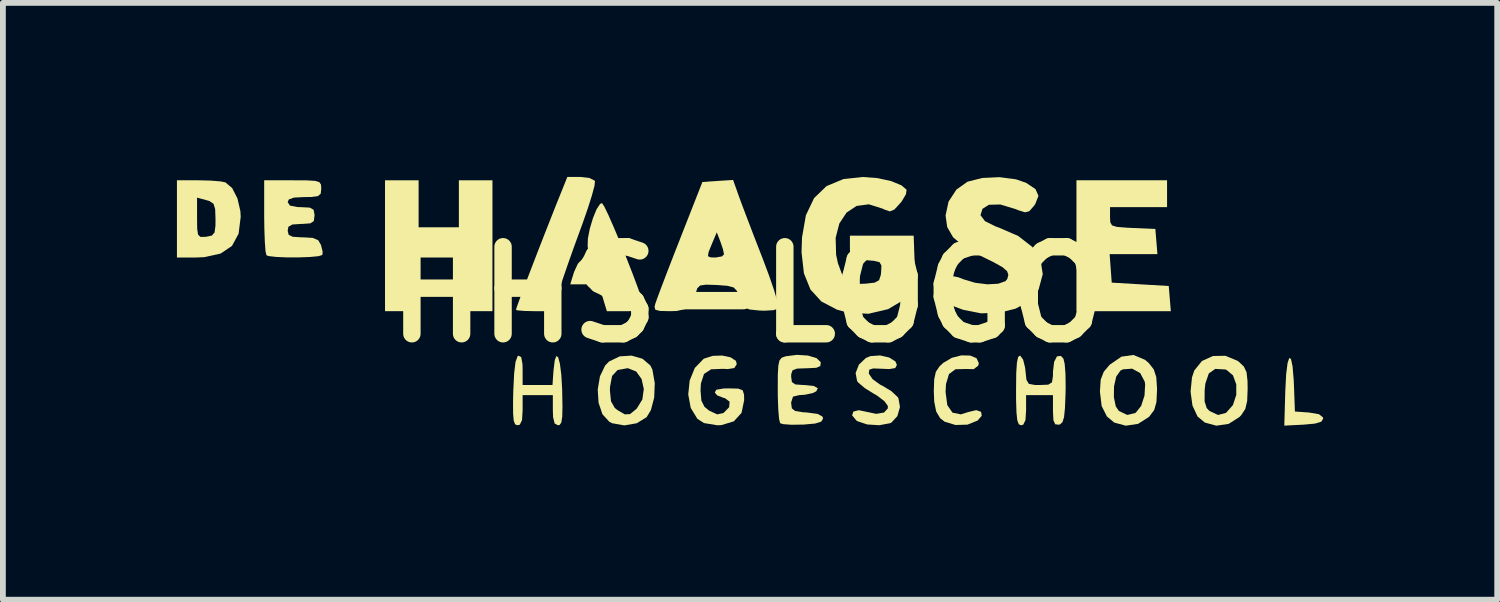
<source format=kicad_pcb>
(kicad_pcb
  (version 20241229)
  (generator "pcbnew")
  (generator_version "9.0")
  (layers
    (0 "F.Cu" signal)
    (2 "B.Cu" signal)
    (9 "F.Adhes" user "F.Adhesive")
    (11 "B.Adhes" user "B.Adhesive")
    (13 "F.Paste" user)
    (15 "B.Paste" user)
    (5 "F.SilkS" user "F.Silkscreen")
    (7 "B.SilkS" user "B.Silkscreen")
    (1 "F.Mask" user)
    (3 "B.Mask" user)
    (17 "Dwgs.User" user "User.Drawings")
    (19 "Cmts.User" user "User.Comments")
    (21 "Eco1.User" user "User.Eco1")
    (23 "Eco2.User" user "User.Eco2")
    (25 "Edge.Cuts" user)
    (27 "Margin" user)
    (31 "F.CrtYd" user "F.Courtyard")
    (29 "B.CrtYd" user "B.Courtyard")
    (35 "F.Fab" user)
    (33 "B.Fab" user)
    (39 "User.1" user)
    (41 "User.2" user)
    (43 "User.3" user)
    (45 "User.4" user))
  (footprint "HHS-LOGO"
    (layer "F.Cu")
    (at 9.836 2.025)
    (property "Reference" "HHS-LOGO" (at 0 0 0) (layer "F.SilkS") (effects (font (size 1.5 1.5) (thickness 0.3))))
    (attr board_only exclude_from_pos_files exclude_from_bom)
    (fp_poly (pts (xy 9.368 1.113) (xy 9.395 1.239) (xy 9.415 1.476) (xy 9.419 1.559) (xy 9.436 2.019) (xy 9.679 2.036) (xy 9.85 2.065) (xy 9.92 2.121) (xy 9.923 2.141) (xy 9.891 2.194) (xy 9.782 2.227) (xy 9.588 2.245) (xy 9.253 2.262) (xy 9.27 1.666) (xy 9.285 1.376) (xy 9.309 1.185) (xy 9.338 1.096)) (stroke (width 0) (type solid)) (fill yes) (layer "F.SilkS"))
    (fp_poly (pts (xy -5.67 -1.562) (xy -5.67 -1.157) (xy -5.323 -1.157) (xy -4.976 -1.157) (xy -4.976 -1.562) (xy -4.976 -1.967) (xy -4.687 -1.967) (xy -4.397 -1.967) (xy -4.397 -0.839) (xy -4.397 0.289) (xy -4.687 0.289) (xy -4.976 0.289) (xy -4.976 -0.174) (xy -4.976 -0.636) (xy -5.323 -0.636) (xy -5.67 -0.636) (xy -5.67 -0.174) (xy -5.67 0.289) (xy -5.959 0.289) (xy -6.249 0.289) (xy -6.249 -0.839) (xy -6.249 -1.967) (xy -5.959 -1.967) (xy -5.67 -1.967)) (stroke (width 0) (type solid)) (fill yes) (layer "F.SilkS"))
    (fp_poly (pts (xy -2.726 -2.007) (xy -2.636 -1.962) (xy -2.63 -1.951) (xy -2.638 -1.872) (xy -2.682 -1.708) (xy -2.754 -1.48) (xy -2.847 -1.213) (xy -2.868 -1.156) (xy -2.981 -0.847) (xy -3.09 -0.54) (xy -3.183 -0.27) (xy -3.248 -0.072) (xy -3.36 0.289) (xy -3.676 0.289) (xy -3.85 0.285) (xy -3.965 0.275) (xy -3.992 0.265) (xy -3.972 0.203) (xy -3.918 0.053) (xy -3.836 -0.165) (xy -3.734 -0.431) (xy -3.621 -0.725) (xy -3.503 -1.028) (xy -3.388 -1.32) (xy -3.298 -1.548) (xy -3.106 -2.025) (xy -2.882 -2.025)) (stroke (width 0) (type solid)) (fill yes) (layer "F.SilkS"))
    (fp_poly (pts (xy 7.232 -1.736) (xy 7.232 -1.504) (xy 6.741 -1.504) (xy 6.249 -1.504) (xy 6.249 -1.333) (xy 6.253 -1.243) (xy 6.283 -1.19) (xy 6.365 -1.164) (xy 6.524 -1.151) (xy 6.639 -1.145) (xy 7.03 -1.128) (xy 7.048 -0.911) (xy 7.066 -0.694) (xy 6.654 -0.694) (xy 6.242 -0.694) (xy 6.26 -0.448) (xy 6.278 -0.203) (xy 6.769 -0.174) (xy 7.261 -0.145) (xy 7.279 0.072) (xy 7.297 0.289) (xy 6.484 0.289) (xy 5.67 0.289) (xy 5.67 -0.839) (xy 5.67 -1.967) (xy 6.451 -1.967) (xy 7.232 -1.967)) (stroke (width 0) (type solid)) (fill yes) (layer "F.SilkS"))
    (fp_poly (pts (xy 3.837 1.054) (xy 3.947 1.099) (xy 3.987 1.184) (xy 3.977 1.229) (xy 3.899 1.288) (xy 3.766 1.286) (xy 3.585 1.29) (xy 3.473 1.373) (xy 3.421 1.546) (xy 3.414 1.683) (xy 3.444 1.909) (xy 3.533 2.038) (xy 3.676 2.068) (xy 3.806 2.028) (xy 3.942 1.995) (xy 4.026 2.024) (xy 4.037 2.093) (xy 3.967 2.174) (xy 3.791 2.245) (xy 3.585 2.251) (xy 3.399 2.195) (xy 3.321 2.135) (xy 3.252 2.018) (xy 3.218 1.847) (xy 3.211 1.667) (xy 3.218 1.464) (xy 3.246 1.335) (xy 3.309 1.241) (xy 3.373 1.181) (xy 3.522 1.093) (xy 3.686 1.051)) (stroke (width 0) (type solid)) (fill yes) (layer "F.SilkS"))
    (fp_poly (pts (xy -9.256 -1.962) (xy -9.084 -1.948) (xy -9 -1.931) (xy -8.884 -1.833) (xy -8.793 -1.655) (xy -8.742 -1.434) (xy -8.737 -1.336) (xy -8.773 -1.046) (xy -8.887 -0.836) (xy -9.083 -0.704) (xy -9.367 -0.642) (xy -9.515 -0.636) (xy -9.836 -0.636) (xy -9.836 -1.302) (xy -9.836 -1.668) (xy -9.489 -1.668) (xy -9.489 -1.322) (xy -9.487 -1.13) (xy -9.471 -1.029) (xy -9.43 -0.991) (xy -9.352 -0.992) (xy -9.33 -0.994) (xy -9.235 -1.014) (xy -9.188 -1.066) (xy -9.172 -1.183) (xy -9.171 -1.298) (xy -9.177 -1.47) (xy -9.206 -1.563) (xy -9.275 -1.609) (xy -9.33 -1.625) (xy -9.489 -1.668) (xy -9.836 -1.668) (xy -9.836 -1.967) (xy -9.465 -1.967)) (stroke (width 0) (type solid)) (fill yes) (layer "F.SilkS"))
    (fp_poly (pts (xy -2.47 -1.516) (xy -2.4 -1.372) (xy -2.309 -1.165) (xy -2.204 -0.916) (xy -2.095 -0.648) (xy -1.991 -0.383) (xy -1.901 -0.144) (xy -1.834 0.046) (xy -1.799 0.167) (xy -1.796 0.188) (xy -1.813 0.247) (xy -1.886 0.278) (xy -2.04 0.289) (xy -2.11 0.289) (xy -2.425 0.289) (xy -2.495 0.058) (xy -2.546 -0.088) (xy -2.612 -0.154) (xy -2.733 -0.173) (xy -2.81 -0.174) (xy -3.056 -0.174) (xy -2.991 -0.385) (xy -2.925 -0.529) (xy -2.843 -0.615) (xy -2.827 -0.622) (xy -2.759 -0.672) (xy -2.751 -0.791) (xy -2.756 -0.83) (xy -2.752 -0.964) (xy -2.718 -1.137) (xy -2.664 -1.316) (xy -2.602 -1.468) (xy -2.541 -1.561) (xy -2.508 -1.573)) (stroke (width 0) (type solid)) (fill yes) (layer "F.SilkS"))
    (fp_poly (pts (xy -3.901 1.081) (xy -3.879 1.204) (xy -3.877 1.297) (xy -3.877 1.562) (xy -3.619 1.562) (xy -3.362 1.562) (xy -3.345 1.316) (xy -3.323 1.136) (xy -3.295 1.062) (xy -3.264 1.085) (xy -3.234 1.196) (xy -3.21 1.386) (xy -3.195 1.645) (xy -3.195 1.663) (xy -3.19 1.935) (xy -3.194 2.11) (xy -3.21 2.209) (xy -3.24 2.251) (xy -3.267 2.256) (xy -3.325 2.225) (xy -3.352 2.114) (xy -3.356 1.996) (xy -3.356 1.736) (xy -3.616 1.736) (xy -3.877 1.736) (xy -3.877 1.996) (xy -3.887 2.166) (xy -3.925 2.245) (xy -3.965 2.256) (xy -4.006 2.24) (xy -4.03 2.179) (xy -4.041 2.053) (xy -4.042 1.842) (xy -4.038 1.668) (xy -4.023 1.362) (xy -3.999 1.164) (xy -3.964 1.067) (xy -3.949 1.056)) (stroke (width 0) (type solid)) (fill yes) (layer "F.SilkS"))
    (fp_poly (pts (xy -1.811 1.109) (xy -1.675 1.225) (xy -1.64 1.296) (xy -1.599 1.53) (xy -1.609 1.778) (xy -1.666 1.995) (xy -1.739 2.116) (xy -1.909 2.221) (xy -2.124 2.258) (xy -2.333 2.221) (xy -2.382 2.196) (xy -2.501 2.066) (xy -2.568 1.868) (xy -2.581 1.657) (xy -2.372 1.657) (xy -2.354 1.841) (xy -2.29 1.955) (xy -2.244 1.993) (xy -2.116 2.068) (xy -2.025 2.063) (xy -1.917 1.975) (xy -1.909 1.967) (xy -1.813 1.811) (xy -1.788 1.63) (xy -1.826 1.459) (xy -1.919 1.329) (xy -2.06 1.273) (xy -2.073 1.273) (xy -2.24 1.304) (xy -2.335 1.406) (xy -2.371 1.597) (xy -2.372 1.657) (xy -2.581 1.657) (xy -2.582 1.638) (xy -2.544 1.412) (xy -2.454 1.225) (xy -2.388 1.157) (xy -2.203 1.068) (xy -1.999 1.055)) (stroke (width 0) (type solid)) (fill yes) (layer "F.SilkS"))
    (fp_poly (pts (xy 8.443 1.143) (xy 8.469 1.161) (xy 8.556 1.244) (xy 8.602 1.342) (xy 8.619 1.494) (xy 8.621 1.627) (xy 8.613 1.838) (xy 8.58 1.976) (xy 8.511 2.081) (xy 8.479 2.114) (xy 8.293 2.232) (xy 8.082 2.263) (xy 7.883 2.209) (xy 7.757 2.104) (xy 7.67 1.916) (xy 7.66 1.845) (xy 7.879 1.845) (xy 7.915 1.959) (xy 7.963 2.009) (xy 8.11 2.078) (xy 8.241 2.045) (xy 8.251 2.039) (xy 8.367 1.908) (xy 8.425 1.733) (xy 8.425 1.551) (xy 8.368 1.395) (xy 8.255 1.3) (xy 8.233 1.294) (xy 8.063 1.284) (xy 7.952 1.362) (xy 7.892 1.537) (xy 7.88 1.653) (xy 7.879 1.845) (xy 7.66 1.845) (xy 7.637 1.675) (xy 7.662 1.429) (xy 7.702 1.311) (xy 7.833 1.148) (xy 8.023 1.062) (xy 8.237 1.058)) (stroke (width 0) (type solid)) (fill yes) (layer "F.SilkS"))
    (fp_poly (pts (xy 6.851 1.127) (xy 6.917 1.183) (xy 7.003 1.293) (xy 7.046 1.425) (xy 7.059 1.623) (xy 7.059 1.649) (xy 7.049 1.856) (xy 7.01 1.993) (xy 6.928 2.103) (xy 6.917 2.114) (xy 6.731 2.232) (xy 6.52 2.263) (xy 6.321 2.209) (xy 6.195 2.104) (xy 6.105 1.925) (xy 6.086 1.771) (xy 6.315 1.771) (xy 6.348 1.931) (xy 6.401 2.009) (xy 6.547 2.078) (xy 6.68 2.046) (xy 6.694 2.037) (xy 6.785 1.923) (xy 6.843 1.745) (xy 6.854 1.552) (xy 6.847 1.504) (xy 6.769 1.356) (xy 6.63 1.28) (xy 6.471 1.292) (xy 6.428 1.314) (xy 6.356 1.416) (xy 6.318 1.584) (xy 6.315 1.771) (xy 6.086 1.771) (xy 6.075 1.679) (xy 6.075 1.666) (xy 6.088 1.47) (xy 6.141 1.333) (xy 6.244 1.211) (xy 6.446 1.073) (xy 6.653 1.044)) (stroke (width 0) (type solid)) (fill yes) (layer "F.SilkS"))
    (fp_poly (pts (xy -0.291 1.085) (xy -0.199 1.146) (xy -0.186 1.204) (xy -0.228 1.269) (xy -0.338 1.287) (xy -0.424 1.283) (xy -0.628 1.291) (xy -0.75 1.371) (xy -0.804 1.537) (xy -0.81 1.655) (xy -0.796 1.83) (xy -0.742 1.938) (xy -0.66 2.005) (xy -0.522 2.068) (xy -0.415 2.045) (xy -0.414 2.044) (xy -0.317 1.945) (xy -0.309 1.849) (xy -0.39 1.788) (xy -0.412 1.784) (xy -0.524 1.74) (xy -0.564 1.692) (xy -0.539 1.644) (xy -0.415 1.622) (xy -0.323 1.62) (xy -0.161 1.624) (xy -0.084 1.652) (xy -0.06 1.728) (xy -0.058 1.823) (xy -0.103 2.042) (xy -0.236 2.188) (xy -0.45 2.253) (xy -0.521 2.256) (xy -0.75 2.218) (xy -0.865 2.144) (xy -0.979 1.957) (xy -1.022 1.725) (xy -0.997 1.483) (xy -0.909 1.268) (xy -0.761 1.115) (xy -0.747 1.106) (xy -0.6 1.059) (xy -0.436 1.054)) (stroke (width 0) (type solid)) (fill yes) (layer "F.SilkS"))
    (fp_poly (pts (xy 2.44 1.087) (xy 2.549 1.155) (xy 2.575 1.216) (xy 2.546 1.27) (xy 2.443 1.287) (xy 2.324 1.282) (xy 2.168 1.276) (xy 2.099 1.297) (xy 2.091 1.356) (xy 2.093 1.369) (xy 2.155 1.46) (xy 2.284 1.554) (xy 2.327 1.576) (xy 2.48 1.668) (xy 2.588 1.769) (xy 2.601 1.789) (xy 2.628 1.94) (xy 2.583 2.098) (xy 2.482 2.208) (xy 2.459 2.22) (xy 2.271 2.255) (xy 2.063 2.242) (xy 1.896 2.186) (xy 1.877 2.174) (xy 1.803 2.085) (xy 1.824 2.02) (xy 1.919 1.996) (xy 2.052 2.024) (xy 2.219 2.059) (xy 2.352 2.037) (xy 2.418 1.966) (xy 2.419 1.923) (xy 2.36 1.841) (xy 2.233 1.744) (xy 2.175 1.711) (xy 2.021 1.615) (xy 1.909 1.52) (xy 1.889 1.494) (xy 1.863 1.356) (xy 1.92 1.21) (xy 2.04 1.096) (xy 2.118 1.064) (xy 2.284 1.052)) (stroke (width 0) (type solid)) (fill yes) (layer "F.SilkS"))
    (fp_poly (pts (xy 4.701 1.056) (xy 4.75 1.123) (xy 4.785 1.263) (xy 4.791 1.321) (xy 4.808 1.473) (xy 4.85 1.542) (xy 4.951 1.561) (xy 5.037 1.562) (xy 5.184 1.556) (xy 5.248 1.516) (xy 5.265 1.408) (xy 5.265 1.334) (xy 5.285 1.164) (xy 5.334 1.068) (xy 5.401 1.06) (xy 5.445 1.106) (xy 5.467 1.197) (xy 5.481 1.373) (xy 5.484 1.601) (xy 5.482 1.706) (xy 5.472 1.958) (xy 5.456 2.117) (xy 5.428 2.204) (xy 5.385 2.241) (xy 5.366 2.246) (xy 5.304 2.239) (xy 5.273 2.17) (xy 5.265 2.014) (xy 5.265 2) (xy 5.265 1.736) (xy 5.034 1.736) (xy 4.802 1.736) (xy 4.802 1.996) (xy 4.791 2.168) (xy 4.752 2.246) (xy 4.715 2.256) (xy 4.676 2.238) (xy 4.65 2.17) (xy 4.636 2.034) (xy 4.629 1.811) (xy 4.629 1.644) (xy 4.632 1.359) (xy 4.644 1.175) (xy 4.665 1.078) (xy 4.698 1.055)) (stroke (width 0) (type solid)) (fill yes) (layer "F.SilkS"))
    (fp_poly (pts (xy -7.602 -1.966) (xy -7.456 -1.957) (xy -7.381 -1.935) (xy -7.352 -1.892) (xy -7.348 -1.823) (xy -7.357 -1.737) (xy -7.405 -1.694) (xy -7.521 -1.679) (xy -7.637 -1.678) (xy -7.819 -1.669) (xy -7.908 -1.636) (xy -7.927 -1.591) (xy -7.888 -1.531) (xy -7.762 -1.506) (xy -7.695 -1.504) (xy -7.546 -1.496) (xy -7.48 -1.459) (xy -7.464 -1.372) (xy -7.464 -1.36) (xy -7.476 -1.266) (xy -7.536 -1.225) (xy -7.675 -1.215) (xy -7.695 -1.215) (xy -7.847 -1.205) (xy -7.914 -1.166) (xy -7.927 -1.099) (xy -7.91 -1.027) (xy -7.839 -0.993) (xy -7.686 -0.984) (xy -7.664 -0.984) (xy -7.494 -0.974) (xy -7.401 -0.934) (xy -7.353 -0.853) (xy -7.324 -0.736) (xy -7.329 -0.68) (xy -7.396 -0.659) (xy -7.543 -0.645) (xy -7.737 -0.638) (xy -7.944 -0.638) (xy -8.128 -0.646) (xy -8.257 -0.661) (xy -8.293 -0.675) (xy -8.309 -0.745) (xy -8.321 -0.906) (xy -8.329 -1.131) (xy -8.332 -1.34) (xy -8.332 -1.967) (xy -7.84 -1.967)) (stroke (width 0) (type solid)) (fill yes) (layer "F.SilkS"))
    (fp_poly (pts (xy 1.041 1.054) (xy 1.189 1.098) (xy 1.261 1.167) (xy 1.262 1.172) (xy 1.255 1.235) (xy 1.187 1.265) (xy 1.03 1.273) (xy 1.017 1.273) (xy 0.854 1.279) (xy 0.777 1.307) (xy 0.753 1.375) (xy 0.752 1.418) (xy 0.765 1.511) (xy 0.824 1.552) (xy 0.963 1.562) (xy 0.984 1.562) (xy 1.141 1.578) (xy 1.212 1.618) (xy 1.185 1.67) (xy 1.124 1.701) (xy 0.993 1.729) (xy 0.892 1.736) (xy 0.784 1.762) (xy 0.752 1.86) (xy 0.752 1.877) (xy 0.764 1.964) (xy 0.82 2.009) (xy 0.95 2.031) (xy 1.027 2.036) (xy 1.208 2.06) (xy 1.292 2.106) (xy 1.302 2.141) (xy 1.271 2.193) (xy 1.166 2.226) (xy 0.967 2.244) (xy 0.952 2.244) (xy 0.76 2.247) (xy 0.617 2.237) (xy 0.562 2.22) (xy 0.544 2.148) (xy 0.53 1.988) (xy 0.522 1.768) (xy 0.521 1.64) (xy 0.522 1.388) (xy 0.531 1.228) (xy 0.551 1.137) (xy 0.59 1.091) (xy 0.652 1.069) (xy 0.656 1.067) (xy 0.851 1.042)) (stroke (width 0) (type solid)) (fill yes) (layer "F.SilkS"))
    (fp_poly (pts (xy -0.15 -1.695) (xy -0.093 -1.54) (xy -0.004 -1.305) (xy 0.105 -1.02) (xy 0.225 -0.711) (xy 0.264 -0.611) (xy 0.373 -0.319) (xy 0.459 -0.069) (xy 0.514 0.12) (xy 0.533 0.229) (xy 0.529 0.246) (xy 0.446 0.272) (xy 0.292 0.281) (xy 0.203 0.278) (xy 0.034 0.26) (xy -0.059 0.219) (xy -0.113 0.129) (xy -0.137 0.058) (xy -0.181 -0.058) (xy -0.239 -0.12) (xy -0.346 -0.148) (xy -0.528 -0.162) (xy -0.714 -0.168) (xy -0.816 -0.154) (xy -0.866 -0.106) (xy -0.895 -0.017) (xy -0.957 0.155) (xy -1.057 0.249) (xy -1.223 0.286) (xy -1.342 0.289) (xy -1.51 0.285) (xy -1.589 0.265) (xy -1.603 0.214) (xy -1.589 0.159) (xy -1.556 0.065) (xy -1.488 -0.117) (xy -1.393 -0.367) (xy -1.28 -0.658) (xy -0.682 -0.658) (xy -0.634 -0.638) (xy -0.55 -0.636) (xy -0.441 -0.655) (xy -0.405 -0.691) (xy -0.424 -0.78) (xy -0.467 -0.908) (xy -0.53 -1.07) (xy -0.612 -0.876) (xy -0.672 -0.728) (xy -0.682 -0.658) (xy -1.28 -0.658) (xy -1.278 -0.664) (xy -1.164 -0.955) (xy -0.778 -1.938) (xy -0.514 -1.956) (xy -0.249 -1.973)) (stroke (width 0) (type solid)) (fill yes) (layer "F.SilkS"))
    (fp_poly (pts (xy 4.627 -1.984) (xy 4.802 -1.924) (xy 4.964 -1.815) (xy 5.015 -1.699) (xy 4.96 -1.558) (xy 4.93 -1.517) (xy 4.857 -1.434) (xy 4.785 -1.415) (xy 4.668 -1.451) (xy 4.614 -1.473) (xy 4.357 -1.55) (xy 4.161 -1.545) (xy 4.05 -1.475) (xy 4.016 -1.366) (xy 4.093 -1.263) (xy 4.278 -1.171) (xy 4.33 -1.153) (xy 4.666 -1.007) (xy 4.908 -0.819) (xy 5.051 -0.597) (xy 5.089 -0.349) (xy 5.018 -0.085) (xy 5.004 -0.056) (xy 4.852 0.12) (xy 4.62 0.246) (xy 4.335 0.317) (xy 4.024 0.326) (xy 3.716 0.265) (xy 3.498 0.184) (xy 3.378 0.106) (xy 3.339 0.013) (xy 3.364 -0.114) (xy 3.366 -0.119) (xy 3.429 -0.264) (xy 3.506 -0.319) (xy 3.633 -0.296) (xy 3.724 -0.26) (xy 3.926 -0.2) (xy 4.136 -0.174) (xy 4.321 -0.184) (xy 4.446 -0.228) (xy 4.478 -0.266) (xy 4.496 -0.339) (xy 4.474 -0.401) (xy 4.397 -0.468) (xy 4.246 -0.553) (xy 4.02 -0.664) (xy 3.732 -0.824) (xy 3.544 -0.984) (xy 3.442 -1.161) (xy 3.414 -1.36) (xy 3.465 -1.599) (xy 3.601 -1.807) (xy 3.792 -1.943) (xy 4.046 -2.007) (xy 4.343 -2.021)) (stroke (width 0) (type solid)) (fill yes) (layer "F.SilkS"))
    (fp_poly (pts (xy 2.239 -2.005) (xy 2.474 -1.954) (xy 2.655 -1.879) (xy 2.742 -1.804) (xy 2.731 -1.727) (xy 2.66 -1.607) (xy 2.631 -1.571) (xy 2.53 -1.462) (xy 2.454 -1.431) (xy 2.357 -1.464) (xy 2.327 -1.479) (xy 2.091 -1.553) (xy 1.88 -1.525) (xy 1.707 -1.41) (xy 1.583 -1.223) (xy 1.519 -0.976) (xy 1.527 -0.684) (xy 1.558 -0.538) (xy 1.635 -0.331) (xy 1.744 -0.219) (xy 1.914 -0.181) (xy 2.035 -0.185) (xy 2.192 -0.203) (xy 2.268 -0.245) (xy 2.298 -0.337) (xy 2.303 -0.387) (xy 2.308 -0.498) (xy 2.276 -0.555) (xy 2.178 -0.579) (xy 2.043 -0.59) (xy 1.876 -0.604) (xy 1.794 -0.636) (xy 1.767 -0.71) (xy 1.765 -0.81) (xy 1.765 -1.013) (xy 2.314 -1.013) (xy 2.864 -1.013) (xy 2.881 -0.542) (xy 2.887 -0.308) (xy 2.881 -0.159) (xy 2.853 -0.063) (xy 2.796 0.01) (xy 2.72 0.078) (xy 2.424 0.254) (xy 2.084 0.334) (xy 1.725 0.313) (xy 1.542 0.263) (xy 1.273 0.122) (xy 1.085 -0.084) (xy 0.972 -0.364) (xy 0.931 -0.726) (xy 0.939 -0.98) (xy 1.006 -1.364) (xy 1.147 -1.66) (xy 1.362 -1.867) (xy 1.653 -1.988) (xy 1.984 -2.024)) (stroke (width 0) (type solid)) (fill yes) (layer "F.SilkS")))
  (gr_rect
    (start -3 -3)
    (end 22.759 7.288)
    (stroke (width 0.1) (type default))
    (fill no)
    (layer "Edge.Cuts")))
</source>
